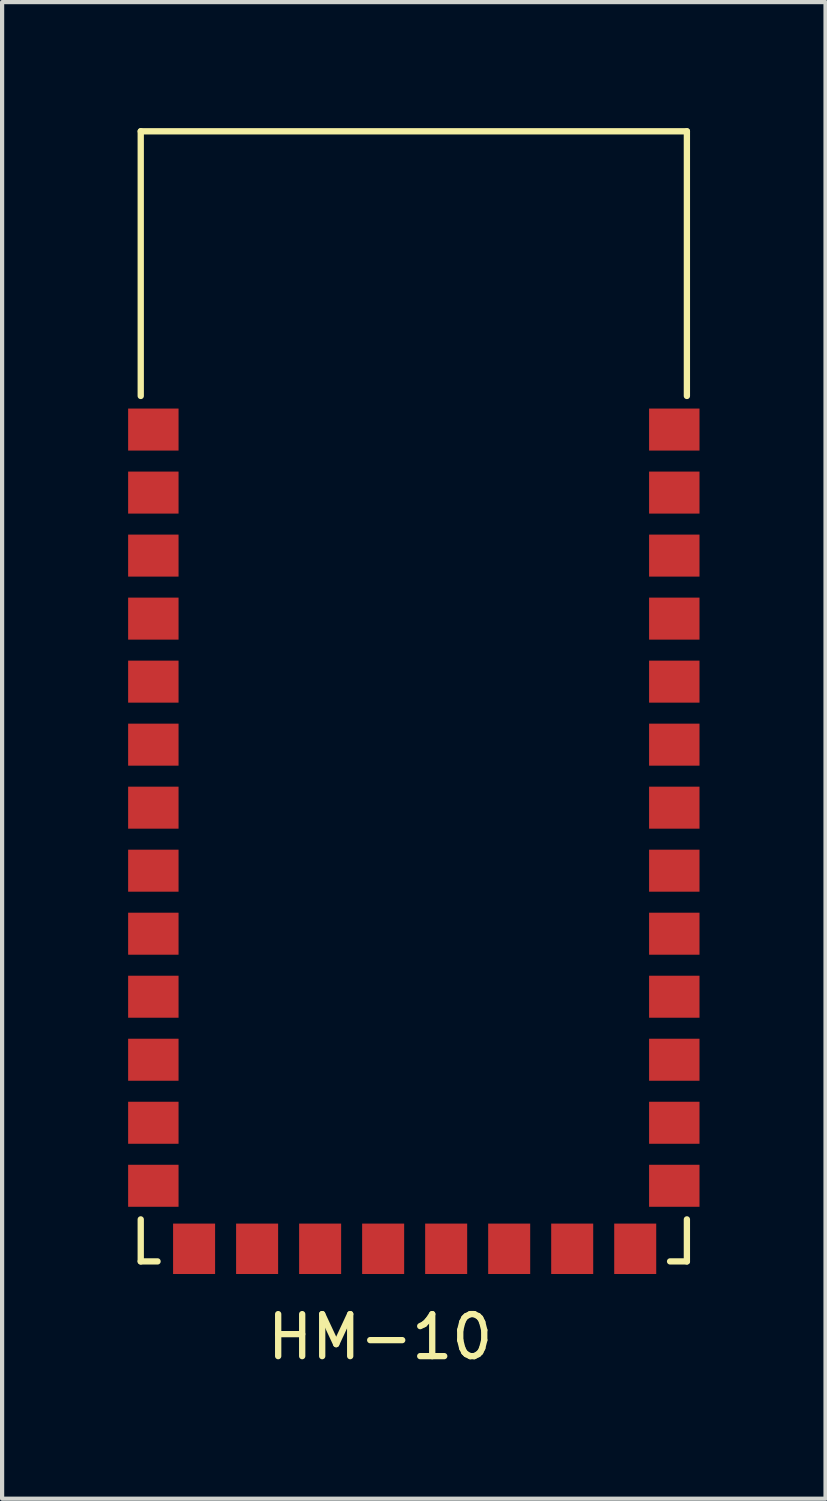
<source format=kicad_pcb>
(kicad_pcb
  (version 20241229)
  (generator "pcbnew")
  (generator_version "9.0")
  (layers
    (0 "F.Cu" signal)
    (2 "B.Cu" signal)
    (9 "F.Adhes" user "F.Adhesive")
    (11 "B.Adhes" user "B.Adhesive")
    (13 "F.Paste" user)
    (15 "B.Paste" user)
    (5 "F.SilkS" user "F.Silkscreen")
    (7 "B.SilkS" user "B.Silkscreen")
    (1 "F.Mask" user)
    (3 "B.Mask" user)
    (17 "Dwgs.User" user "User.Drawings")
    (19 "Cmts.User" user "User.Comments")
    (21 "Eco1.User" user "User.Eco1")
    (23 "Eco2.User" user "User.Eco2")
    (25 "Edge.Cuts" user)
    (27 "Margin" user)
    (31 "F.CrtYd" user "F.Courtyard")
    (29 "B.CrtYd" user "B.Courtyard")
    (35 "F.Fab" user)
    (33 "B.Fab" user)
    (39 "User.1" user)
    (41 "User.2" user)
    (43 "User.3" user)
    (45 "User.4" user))
  (footprint "HM-10"
    (layer "F.Cu")
    (at 0.3 26.975)
    (property "Reference" "HM-10" (at 5.7 1.8 0) (layer "F.SilkS") (effects (font (size 1 1) (thickness 0.15))))
    (attr through_hole)
    (fp_line (start 0 -26.9) (end 0 -20.6) (stroke (width 0.15) (type solid)) (layer "F.SilkS"))
    (fp_line (start 0 -1) (end 0 0) (stroke (width 0.15) (type solid)) (layer "F.SilkS"))
    (fp_line (start 0 0) (end 0.4 0) (stroke (width 0.15) (type solid)) (layer "F.SilkS"))
    (fp_line (start 12.6 0) (end 13 0) (stroke (width 0.15) (type solid)) (layer "F.SilkS"))
    (fp_line (start 13 -26.9) (end 0 -26.9) (stroke (width 0.15) (type solid)) (layer "F.SilkS"))
    (fp_line (start 13 -20.6) (end 13 -26.9) (stroke (width 0.15) (type solid)) (layer "F.SilkS"))
    (fp_line (start 13 0) (end 13 -1) (stroke (width 0.15) (type solid)) (layer "F.SilkS"))
    (pad "1" smd rect (at 0.3 -19.8) (size 1.2 1) (layers "F.Cu" "F.Mask" "F.Paste"))
    (pad "2" smd rect (at 0.3 -18.3) (size 1.2 1) (layers "F.Cu" "F.Mask" "F.Paste"))
    (pad "3" smd rect (at 0.3 -16.8) (size 1.2 1) (layers "F.Cu" "F.Mask" "F.Paste"))
    (pad "4" smd rect (at 0.3 -15.3) (size 1.2 1) (layers "F.Cu" "F.Mask" "F.Paste"))
    (pad "5" smd rect (at 0.3 -13.8) (size 1.2 1) (layers "F.Cu" "F.Mask" "F.Paste"))
    (pad "6" smd rect (at 0.3 -12.3) (size 1.2 1) (layers "F.Cu" "F.Mask" "F.Paste"))
    (pad "7" smd rect (at 0.3 -10.8) (size 1.2 1) (layers "F.Cu" "F.Mask" "F.Paste"))
    (pad "8" smd rect (at 0.3 -9.3) (size 1.2 1) (layers "F.Cu" "F.Mask" "F.Paste"))
    (pad "9" smd rect (at 0.3 -7.8) (size 1.2 1) (layers "F.Cu" "F.Mask" "F.Paste"))
    (pad "10" smd rect (at 0.3 -6.3) (size 1.2 1) (layers "F.Cu" "F.Mask" "F.Paste"))
    (pad "11" smd rect (at 0.3 -4.8) (size 1.2 1) (layers "F.Cu" "F.Mask" "F.Paste"))
    (pad "12" smd rect (at 0.3 -3.3) (size 1.2 1) (layers "F.Cu" "F.Mask" "F.Paste"))
    (pad "13" smd rect (at 0.3 -1.8) (size 1.2 1) (layers "F.Cu" "F.Mask" "F.Paste"))
    (pad "14" smd rect (at 1.27 -0.3) (size 1 1.2) (layers "F.Cu" "F.Mask" "F.Paste"))
    (pad "15" smd rect (at 2.77 -0.3) (size 1 1.2) (layers "F.Cu" "F.Mask" "F.Paste"))
    (pad "16" smd rect (at 4.27 -0.3) (size 1 1.2) (layers "F.Cu" "F.Mask" "F.Paste"))
    (pad "17" smd rect (at 5.77 -0.3) (size 1 1.2) (layers "F.Cu" "F.Mask" "F.Paste"))
    (pad "18" smd rect (at 7.27 -0.3) (size 1 1.2) (layers "F.Cu" "F.Mask" "F.Paste"))
    (pad "19" smd rect (at 8.77 -0.3) (size 1 1.2) (layers "F.Cu" "F.Mask" "F.Paste"))
    (pad "20" smd rect (at 10.27 -0.3) (size 1 1.2) (layers "F.Cu" "F.Mask" "F.Paste"))
    (pad "21" smd rect (at 11.77 -0.3) (size 1 1.2) (layers "F.Cu" "F.Mask" "F.Paste"))
    (pad "22" smd rect (at 12.7 -1.8) (size 1.2 1) (layers "F.Cu" "F.Mask" "F.Paste"))
    (pad "23" smd rect (at 12.7 -3.3) (size 1.2 1) (layers "F.Cu" "F.Mask" "F.Paste"))
    (pad "24" smd rect (at 12.7 -4.8) (size 1.2 1) (layers "F.Cu" "F.Mask" "F.Paste"))
    (pad "25" smd rect (at 12.7 -6.3) (size 1.2 1) (layers "F.Cu" "F.Mask" "F.Paste"))
    (pad "26" smd rect (at 12.7 -7.8) (size 1.2 1) (layers "F.Cu" "F.Mask" "F.Paste"))
    (pad "27" smd rect (at 12.7 -9.3) (size 1.2 1) (layers "F.Cu" "F.Mask" "F.Paste"))
    (pad "28" smd rect (at 12.7 -10.8) (size 1.2 1) (layers "F.Cu" "F.Mask" "F.Paste"))
    (pad "29" smd rect (at 12.7 -12.3) (size 1.2 1) (layers "F.Cu" "F.Mask" "F.Paste"))
    (pad "30" smd rect (at 12.7 -13.8) (size 1.2 1) (layers "F.Cu" "F.Mask" "F.Paste"))
    (pad "31" smd rect (at 12.7 -15.3) (size 1.2 1) (layers "F.Cu" "F.Mask" "F.Paste"))
    (pad "32" smd rect (at 12.7 -16.8) (size 1.2 1) (layers "F.Cu" "F.Mask" "F.Paste"))
    (pad "33" smd rect (at 12.7 -18.3) (size 1.2 1) (layers "F.Cu" "F.Mask" "F.Paste"))
    (pad "34" smd rect (at 12.7 -19.8) (size 1.2 1) (layers "F.Cu" "F.Mask" "F.Paste")))
  (gr_rect
    (start -3 -3)
    (end 16.6 32.623)
    (stroke (width 0.1) (type default))
    (fill no)
    (layer "Edge.Cuts")))
</source>
